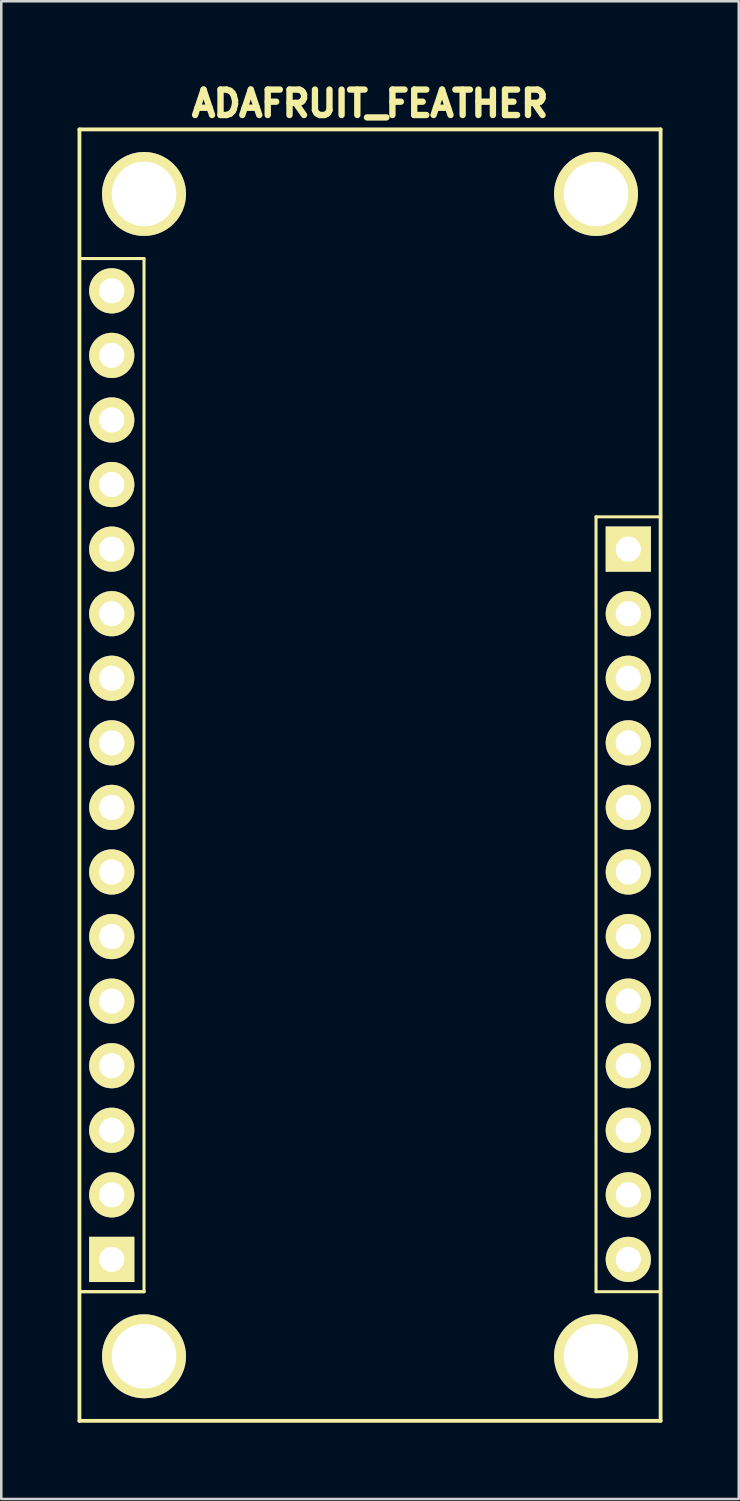
<source format=kicad_pcb>
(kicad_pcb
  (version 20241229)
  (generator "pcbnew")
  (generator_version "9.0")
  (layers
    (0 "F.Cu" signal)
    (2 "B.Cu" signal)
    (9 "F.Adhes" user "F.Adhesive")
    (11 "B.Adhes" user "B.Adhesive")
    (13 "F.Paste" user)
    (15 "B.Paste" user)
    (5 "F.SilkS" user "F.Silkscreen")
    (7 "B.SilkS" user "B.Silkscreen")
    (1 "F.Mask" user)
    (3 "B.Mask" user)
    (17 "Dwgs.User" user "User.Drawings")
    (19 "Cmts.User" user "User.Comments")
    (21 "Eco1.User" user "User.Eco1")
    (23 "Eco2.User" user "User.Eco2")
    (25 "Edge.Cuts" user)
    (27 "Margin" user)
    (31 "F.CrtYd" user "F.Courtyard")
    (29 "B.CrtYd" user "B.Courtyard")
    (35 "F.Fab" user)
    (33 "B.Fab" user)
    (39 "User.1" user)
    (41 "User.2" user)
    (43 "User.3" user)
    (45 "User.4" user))
  (footprint "ADAFRUIT_FEATHER"
    (layer "F.Cu")
    (at 11.505 27.44)
    (property "Reference" "ADAFRUIT_FEATHER" (at 0 -26.416 0) (layer "F.SilkS") (effects (font (size 1 1) (thickness 0.25))))
    (attr through_hole)
    (fp_line (start -11.43 -25.4) (end -11.43 25.4) (stroke (width 0.15) (type solid)) (layer "F.SilkS"))
    (fp_line (start -11.43 -20.32) (end -8.89 -20.32) (stroke (width 0.12) (type solid)) (layer "F.SilkS"))
    (fp_line (start -11.43 20.32) (end -8.89 20.32) (stroke (width 0.12) (type solid)) (layer "F.SilkS"))
    (fp_line (start -11.43 25.4) (end 11.43 25.4) (stroke (width 0.15) (type solid)) (layer "F.SilkS"))
    (fp_line (start -8.89 -20.32) (end -8.89 20.32) (stroke (width 0.12) (type solid)) (layer "F.SilkS"))
    (fp_line (start -8.89 20.32) (end -11.43 20.32) (stroke (width 0.12) (type solid)) (layer "F.SilkS"))
    (fp_line (start 8.89 -10.16) (end 11.43 -10.16) (stroke (width 0.12) (type solid)) (layer "F.SilkS"))
    (fp_line (start 8.89 20.32) (end 8.89 -10.16) (stroke (width 0.12) (type solid)) (layer "F.SilkS"))
    (fp_line (start 11.43 -25.4) (end -11.43 -25.4) (stroke (width 0.15) (type solid)) (layer "F.SilkS"))
    (fp_line (start 11.43 20.32) (end 8.89 20.32) (stroke (width 0.12) (type solid)) (layer "F.SilkS"))
    (fp_line (start 11.43 25.4) (end 11.43 -25.4) (stroke (width 0.15) (type solid)) (layer "F.SilkS"))
    (pad "" thru_hole circle (at -8.89 -22.86 270) (size 3.302 3.302) (drill 2.54) (layers "*.Cu" "*.Mask" "F.SilkS"))
    (pad "" thru_hole circle (at -8.89 22.86 270) (size 3.302 3.302) (drill 2.54) (layers "*.Cu" "*.Mask" "F.SilkS"))
    (pad "" thru_hole circle (at 8.89 -22.86 270) (size 3.302 3.302) (drill 2.54) (layers "*.Cu" "*.Mask" "F.SilkS"))
    (pad "" thru_hole circle (at 8.89 22.86 270) (size 3.302 3.302) (drill 2.54) (layers "*.Cu" "*.Mask" "F.SilkS"))
    (pad "1" thru_hole circle (at -10.16 -19.05 270) (size 1.778 1.778) (drill 0.991) (layers "*.Cu" "*.Mask" "F.SilkS"))
    (pad "2" thru_hole circle (at -10.16 -16.51 270) (size 1.778 1.778) (drill 0.991) (layers "*.Cu" "*.Mask" "F.SilkS"))
    (pad "3" thru_hole circle (at -10.16 -13.97 270) (size 1.778 1.778) (drill 0.991) (layers "*.Cu" "*.Mask" "F.SilkS"))
    (pad "4" thru_hole circle (at -10.16 -11.43 270) (size 1.778 1.778) (drill 0.991) (layers "*.Cu" "*.Mask" "F.SilkS"))
    (pad "5" thru_hole circle (at -10.16 -8.89 270) (size 1.778 1.778) (drill 0.991) (layers "*.Cu" "*.Mask" "F.SilkS"))
    (pad "6" thru_hole circle (at -10.16 -6.35 270) (size 1.778 1.778) (drill 0.991) (layers "*.Cu" "*.Mask" "F.SilkS"))
    (pad "7" thru_hole circle (at -10.16 -3.81 270) (size 1.778 1.778) (drill 0.991) (layers "*.Cu" "*.Mask" "F.SilkS"))
    (pad "8" thru_hole circle (at -10.16 -1.27 270) (size 1.778 1.778) (drill 0.991) (layers "*.Cu" "*.Mask" "F.SilkS"))
    (pad "9" thru_hole circle (at -10.16 1.27 270) (size 1.778 1.778) (drill 0.991) (layers "*.Cu" "*.Mask" "F.SilkS"))
    (pad "10" thru_hole circle (at -10.16 3.81 270) (size 1.778 1.778) (drill 0.991) (layers "*.Cu" "*.Mask" "F.SilkS"))
    (pad "11" thru_hole circle (at -10.16 6.35 270) (size 1.778 1.778) (drill 0.991) (layers "*.Cu" "*.Mask" "F.SilkS"))
    (pad "12" thru_hole circle (at -10.16 8.89 270) (size 1.778 1.778) (drill 0.991) (layers "*.Cu" "*.Mask" "F.SilkS"))
    (pad "13" thru_hole circle (at -10.16 11.43 270) (size 1.778 1.778) (drill 0.991) (layers "*.Cu" "*.Mask" "F.SilkS"))
    (pad "14" thru_hole circle (at -10.16 13.97 270) (size 1.778 1.778) (drill 0.991) (layers "*.Cu" "*.Mask" "F.SilkS"))
    (pad "15" thru_hole circle (at -10.16 16.51 270) (size 1.778 1.778) (drill 0.991) (layers "*.Cu" "*.Mask" "F.SilkS"))
    (pad "16" thru_hole rect (at -10.16 19.05 270) (size 1.778 1.778) (drill 0.991) (layers "*.Cu" "*.Mask" "F.SilkS"))
    (pad "17" thru_hole rect (at 10.16 -8.89 270) (size 1.778 1.778) (drill 0.991) (layers "*.Cu" "*.Mask" "F.SilkS"))
    (pad "17" thru_hole circle (at 10.16 19.05 270) (size 1.778 1.778) (drill 0.991) (layers "*.Cu" "*.Mask" "F.SilkS"))
    (pad "18" thru_hole circle (at 10.16 16.51 270) (size 1.778 1.778) (drill 0.991) (layers "*.Cu" "*.Mask" "F.SilkS"))
    (pad "19" thru_hole circle (at 10.16 13.97 270) (size 1.778 1.778) (drill 0.991) (layers "*.Cu" "*.Mask" "F.SilkS"))
    (pad "20" thru_hole circle (at 10.16 11.43 270) (size 1.778 1.778) (drill 0.991) (layers "*.Cu" "*.Mask" "F.SilkS"))
    (pad "21" thru_hole circle (at 10.16 8.89 270) (size 1.778 1.778) (drill 0.991) (layers "*.Cu" "*.Mask" "F.SilkS"))
    (pad "22" thru_hole circle (at 10.16 6.35 270) (size 1.778 1.778) (drill 0.991) (layers "*.Cu" "*.Mask" "F.SilkS"))
    (pad "23" thru_hole circle (at 10.16 3.81 270) (size 1.778 1.778) (drill 0.991) (layers "*.Cu" "*.Mask" "F.SilkS"))
    (pad "24" thru_hole circle (at 10.16 1.27 270) (size 1.778 1.778) (drill 0.991) (layers "*.Cu" "*.Mask" "F.SilkS"))
    (pad "25" thru_hole circle (at 10.16 -1.27 270) (size 1.778 1.778) (drill 0.991) (layers "*.Cu" "*.Mask" "F.SilkS"))
    (pad "26" thru_hole circle (at 10.16 -3.81 270) (size 1.778 1.778) (drill 0.991) (layers "*.Cu" "*.Mask" "F.SilkS"))
    (pad "27" thru_hole circle (at 10.16 -6.35 270) (size 1.778 1.778) (drill 0.991) (layers "*.Cu" "*.Mask" "F.SilkS")))
  (gr_rect
    (start -3 -3)
    (end 26.01 55.915)
    (stroke (width 0.1) (type default))
    (fill no)
    (layer "Edge.Cuts")))
</source>
